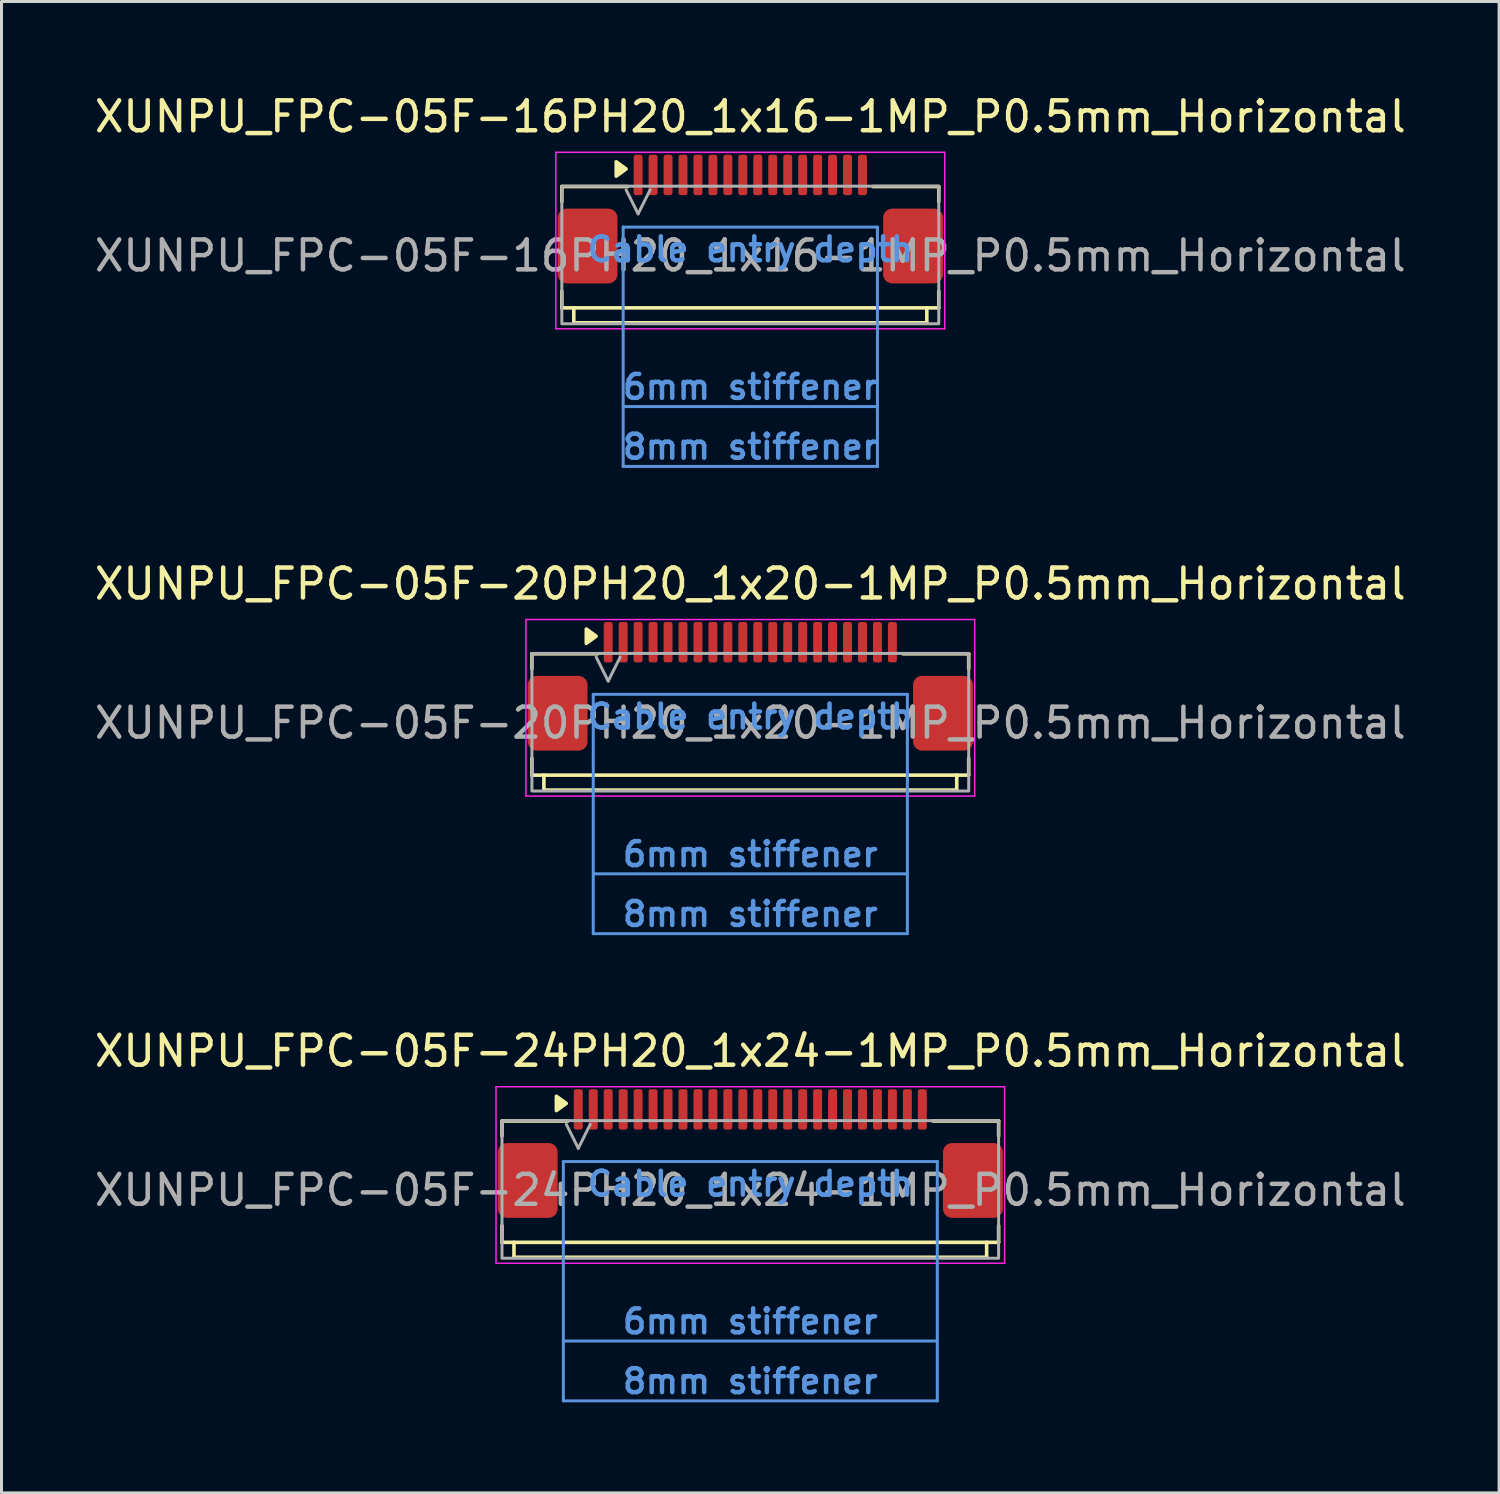
<source format=kicad_pcb>
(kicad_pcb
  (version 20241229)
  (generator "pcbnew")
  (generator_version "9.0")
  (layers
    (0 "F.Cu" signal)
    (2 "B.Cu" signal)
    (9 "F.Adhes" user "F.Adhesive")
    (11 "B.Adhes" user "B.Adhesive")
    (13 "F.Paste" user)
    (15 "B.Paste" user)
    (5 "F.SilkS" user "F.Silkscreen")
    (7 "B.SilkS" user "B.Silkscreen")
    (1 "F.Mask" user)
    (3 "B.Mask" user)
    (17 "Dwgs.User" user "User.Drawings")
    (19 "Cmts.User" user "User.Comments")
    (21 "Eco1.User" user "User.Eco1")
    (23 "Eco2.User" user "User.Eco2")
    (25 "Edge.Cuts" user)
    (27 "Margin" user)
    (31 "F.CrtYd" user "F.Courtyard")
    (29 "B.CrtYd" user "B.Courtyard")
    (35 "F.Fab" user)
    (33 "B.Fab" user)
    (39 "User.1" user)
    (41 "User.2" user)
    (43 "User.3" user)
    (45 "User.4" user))
  (footprint "XUNPU_FPC-05F-24PH20_1x24-1MP_P0.5mm_Horizontal"
    (layer "F.Cu")
    (at 22.03 35.121)
    (property "Reference" "XUNPU_FPC-05F-24PH20_1x24-1MP_P0.5mm_Horizontal" (at 0 -3.038 0) (layer "F.SilkS") (effects (font (size 1 1) (thickness 0.15))))
    (attr smd)
    (fp_line (start -8.3 -0.7) (end -8.3 -0.2) (stroke (width 0.12) (type default)) (layer "F.SilkS"))
    (fp_line (start -8.3 -0.7) (end -6.1 -0.7) (stroke (width 0.12) (type default)) (layer "F.SilkS"))
    (fp_line (start -8.3 3.355) (end -8.3 2.8) (stroke (width 0.12) (type default)) (layer "F.SilkS"))
    (fp_line (start -8.3 3.355) (end 8.3 3.355) (stroke (width 0.12) (type default)) (layer "F.SilkS"))
    (fp_line (start -7.9 3.355) (end -7.9 3.855) (stroke (width 0.12) (type default)) (layer "F.SilkS"))
    (fp_line (start 7.9 3.355) (end 7.9 3.855) (stroke (width 0.12) (type default)) (layer "F.SilkS"))
    (fp_line (start 7.9 3.855) (end -7.9 3.855) (stroke (width 0.12) (type default)) (layer "F.SilkS"))
    (fp_line (start 8.3 -0.7) (end 6.1 -0.7) (stroke (width 0.12) (type default)) (layer "F.SilkS"))
    (fp_line (start 8.3 -0.7) (end 8.3 -0.2) (stroke (width 0.12) (type default)) (layer "F.SilkS"))
    (fp_line (start 8.3 3.355) (end 8.3 2.8) (stroke (width 0.12) (type default)) (layer "F.SilkS"))
    (fp_poly (pts (xy -6.152 -1.288) (xy -6.482 -1.048) (xy -6.482 -1.528) (xy -6.152 -1.288)) (stroke (width 0.12) (type solid)) (fill yes) (layer "F.SilkS"))
    (fp_line (start -6.25 0.655) (end -6.25 8.655) (stroke (width 0.1) (type default)) (layer "Cmts.User"))
    (fp_line (start 6.25 0.655) (end -6.25 0.655) (stroke (width 0.1) (type default)) (layer "Cmts.User"))
    (fp_line (start 6.25 0.655) (end 6.25 8.655) (stroke (width 0.1) (type default)) (layer "Cmts.User"))
    (fp_line (start 6.25 6.655) (end -6.25 6.655) (stroke (width 0.1) (type default)) (layer "Cmts.User"))
    (fp_line (start 6.25 8.655) (end -6.25 8.655) (stroke (width 0.1) (type default)) (layer "Cmts.User"))
    (fp_line (start -8.5 -1.845) (end -8.5 4.055) (stroke (width 0.05) (type solid)) (layer "F.CrtYd"))
    (fp_line (start -8.5 4.055) (end 8.5 4.055) (stroke (width 0.05) (type solid)) (layer "F.CrtYd"))
    (fp_line (start 8.5 -1.845) (end -8.5 -1.845) (stroke (width 0.05) (type solid)) (layer "F.CrtYd"))
    (fp_line (start 8.5 4.055) (end 8.5 -1.845) (stroke (width 0.05) (type solid)) (layer "F.CrtYd"))
    (fp_line (start -6.15 -0.588) (end -5.75 0.212) (stroke (width 0.1) (type solid)) (layer "F.Fab"))
    (fp_line (start -5.75 0.212) (end -5.35 -0.588) (stroke (width 0.1) (type solid)) (layer "F.Fab"))
    (fp_rect (start -8.3 -0.713) (end 8.3 3.887) (stroke (width 0.1) (type default)) (fill no) (layer "F.Fab"))
    (fp_text user "8mm stiffener" (at 0 8 0) (layer "Cmts.User") (effects (font (size 0.8 0.8) (thickness 0.15) (bold yes))))
    (fp_text user "Cable entry depth" (at 0 1.4 0) (layer "Cmts.User") (effects (font (size 0.8 0.8) (thickness 0.15) (bold yes))))
    (fp_text user "6mm stiffener" (at 0 6 0) (layer "Cmts.User") (effects (font (size 0.8 0.8) (thickness 0.15) (bold yes))))
    (fp_text user "${REFERENCE}" (at 0 1.612 0) (layer "F.Fab") (effects (font (size 1 1) (thickness 0.15))))
    (pad "1" smd roundrect (at -5.75 -1.088) (size 0.3 1.35) (layers "F.Cu" "F.Mask" "F.Paste") (roundrect_rratio 0.25))
    (pad "2" smd roundrect (at -5.25 -1.088) (size 0.3 1.35) (layers "F.Cu" "F.Mask" "F.Paste") (roundrect_rratio 0.25))
    (pad "3" smd roundrect (at -4.75 -1.088) (size 0.3 1.35) (layers "F.Cu" "F.Mask" "F.Paste") (roundrect_rratio 0.25))
    (pad "4" smd roundrect (at -4.25 -1.088) (size 0.3 1.35) (layers "F.Cu" "F.Mask" "F.Paste") (roundrect_rratio 0.25))
    (pad "5" smd roundrect (at -3.75 -1.088) (size 0.3 1.35) (layers "F.Cu" "F.Mask" "F.Paste") (roundrect_rratio 0.25))
    (pad "6" smd roundrect (at -3.25 -1.088) (size 0.3 1.35) (layers "F.Cu" "F.Mask" "F.Paste") (roundrect_rratio 0.25))
    (pad "7" smd roundrect (at -2.75 -1.088) (size 0.3 1.35) (layers "F.Cu" "F.Mask" "F.Paste") (roundrect_rratio 0.25))
    (pad "8" smd roundrect (at -2.25 -1.088) (size 0.3 1.35) (layers "F.Cu" "F.Mask" "F.Paste") (roundrect_rratio 0.25))
    (pad "9" smd roundrect (at -1.75 -1.088) (size 0.3 1.35) (layers "F.Cu" "F.Mask" "F.Paste") (roundrect_rratio 0.25))
    (pad "10" smd roundrect (at -1.25 -1.088) (size 0.3 1.35) (layers "F.Cu" "F.Mask" "F.Paste") (roundrect_rratio 0.25))
    (pad "11" smd roundrect (at -0.75 -1.088) (size 0.3 1.35) (layers "F.Cu" "F.Mask" "F.Paste") (roundrect_rratio 0.25))
    (pad "12" smd roundrect (at -0.25 -1.088) (size 0.3 1.35) (layers "F.Cu" "F.Mask" "F.Paste") (roundrect_rratio 0.25))
    (pad "13" smd roundrect (at 0.25 -1.088) (size 0.3 1.35) (layers "F.Cu" "F.Mask" "F.Paste") (roundrect_rratio 0.25))
    (pad "14" smd roundrect (at 0.75 -1.088) (size 0.3 1.35) (layers "F.Cu" "F.Mask" "F.Paste") (roundrect_rratio 0.25))
    (pad "15" smd roundrect (at 1.25 -1.088) (size 0.3 1.35) (layers "F.Cu" "F.Mask" "F.Paste") (roundrect_rratio 0.25))
    (pad "16" smd roundrect (at 1.75 -1.088) (size 0.3 1.35) (layers "F.Cu" "F.Mask" "F.Paste") (roundrect_rratio 0.25))
    (pad "17" smd roundrect (at 2.25 -1.088) (size 0.3 1.35) (layers "F.Cu" "F.Mask" "F.Paste") (roundrect_rratio 0.25))
    (pad "18" smd roundrect (at 2.75 -1.088) (size 0.3 1.35) (layers "F.Cu" "F.Mask" "F.Paste") (roundrect_rratio 0.25))
    (pad "19" smd roundrect (at 3.25 -1.088) (size 0.3 1.35) (layers "F.Cu" "F.Mask" "F.Paste") (roundrect_rratio 0.25))
    (pad "20" smd roundrect (at 3.75 -1.088) (size 0.3 1.35) (layers "F.Cu" "F.Mask" "F.Paste") (roundrect_rratio 0.25))
    (pad "21" smd roundrect (at 4.25 -1.088) (size 0.3 1.35) (layers "F.Cu" "F.Mask" "F.Paste") (roundrect_rratio 0.25))
    (pad "22" smd roundrect (at 4.75 -1.088) (size 0.3 1.35) (layers "F.Cu" "F.Mask" "F.Paste") (roundrect_rratio 0.25))
    (pad "23" smd roundrect (at 5.25 -1.088) (size 0.3 1.35) (layers "F.Cu" "F.Mask" "F.Paste") (roundrect_rratio 0.25))
    (pad "24" smd roundrect (at 5.75 -1.088) (size 0.3 1.35) (layers "F.Cu" "F.Mask" "F.Paste") (roundrect_rratio 0.25))
    (pad "MP" smd roundrect (at -7.44 1.287) (size 2 2.5) (layers "F.Cu" "F.Mask" "F.Paste") (roundrect_rratio 0.15))
    (pad "MP" smd roundrect (at 7.44 1.287) (size 2 2.5) (layers "F.Cu" "F.Mask" "F.Paste") (roundrect_rratio 0.15)))
  (footprint "XUNPU_FPC-05F-20PH20_1x20-1MP_P0.5mm_Horizontal"
    (layer "F.Cu")
    (at 22.03 19.504)
    (property "Reference" "XUNPU_FPC-05F-20PH20_1x20-1MP_P0.5mm_Horizontal" (at 0 -3.038 0) (layer "F.SilkS") (effects (font (size 1 1) (thickness 0.15))))
    (attr smd)
    (fp_line (start -7.3 -0.7) (end -7.3 -0.2) (stroke (width 0.12) (type default)) (layer "F.SilkS"))
    (fp_line (start -7.3 -0.7) (end -5.1 -0.7) (stroke (width 0.12) (type default)) (layer "F.SilkS"))
    (fp_line (start -7.3 3.355) (end -7.3 2.8) (stroke (width 0.12) (type default)) (layer "F.SilkS"))
    (fp_line (start -7.3 3.355) (end 7.3 3.355) (stroke (width 0.12) (type default)) (layer "F.SilkS"))
    (fp_line (start -6.9 3.355) (end -6.9 3.855) (stroke (width 0.12) (type default)) (layer "F.SilkS"))
    (fp_line (start 6.9 3.355) (end 6.9 3.855) (stroke (width 0.12) (type default)) (layer "F.SilkS"))
    (fp_line (start 6.9 3.855) (end -6.9 3.855) (stroke (width 0.12) (type default)) (layer "F.SilkS"))
    (fp_line (start 7.3 -0.7) (end 5.1 -0.7) (stroke (width 0.12) (type default)) (layer "F.SilkS"))
    (fp_line (start 7.3 -0.7) (end 7.3 -0.2) (stroke (width 0.12) (type default)) (layer "F.SilkS"))
    (fp_line (start 7.3 3.355) (end 7.3 2.8) (stroke (width 0.12) (type default)) (layer "F.SilkS"))
    (fp_poly (pts (xy -5.152 -1.288) (xy -5.482 -1.048) (xy -5.482 -1.528) (xy -5.152 -1.288)) (stroke (width 0.12) (type solid)) (fill yes) (layer "F.SilkS"))
    (fp_line (start -5.25 0.655) (end -5.25 8.655) (stroke (width 0.1) (type default)) (layer "Cmts.User"))
    (fp_line (start 5.25 0.655) (end -5.25 0.655) (stroke (width 0.1) (type default)) (layer "Cmts.User"))
    (fp_line (start 5.25 0.655) (end 5.25 8.655) (stroke (width 0.1) (type default)) (layer "Cmts.User"))
    (fp_line (start 5.25 6.655) (end -5.25 6.655) (stroke (width 0.1) (type default)) (layer "Cmts.User"))
    (fp_line (start 5.25 8.655) (end -5.25 8.655) (stroke (width 0.1) (type default)) (layer "Cmts.User"))
    (fp_line (start -7.5 -1.845) (end -7.5 4.055) (stroke (width 0.05) (type solid)) (layer "F.CrtYd"))
    (fp_line (start -7.5 4.055) (end 7.5 4.055) (stroke (width 0.05) (type solid)) (layer "F.CrtYd"))
    (fp_line (start 7.5 -1.845) (end -7.5 -1.845) (stroke (width 0.05) (type solid)) (layer "F.CrtYd"))
    (fp_line (start 7.5 4.055) (end 7.5 -1.845) (stroke (width 0.05) (type solid)) (layer "F.CrtYd"))
    (fp_line (start -5.15 -0.588) (end -4.75 0.212) (stroke (width 0.1) (type solid)) (layer "F.Fab"))
    (fp_line (start -4.75 0.212) (end -4.35 -0.588) (stroke (width 0.1) (type solid)) (layer "F.Fab"))
    (fp_rect (start -7.3 -0.713) (end 7.3 3.887) (stroke (width 0.1) (type default)) (fill no) (layer "F.Fab"))
    (fp_text user "8mm stiffener" (at 0 8 0) (layer "Cmts.User") (effects (font (size 0.8 0.8) (thickness 0.15) (bold yes))))
    (fp_text user "Cable entry depth" (at 0 1.4 0) (layer "Cmts.User") (effects (font (size 0.8 0.8) (thickness 0.15) (bold yes))))
    (fp_text user "6mm stiffener" (at 0 6 0) (layer "Cmts.User") (effects (font (size 0.8 0.8) (thickness 0.15) (bold yes))))
    (fp_text user "${REFERENCE}" (at 0 1.612 0) (layer "F.Fab") (effects (font (size 1 1) (thickness 0.15))))
    (pad "1" smd roundrect (at -4.75 -1.088) (size 0.3 1.35) (layers "F.Cu" "F.Mask" "F.Paste") (roundrect_rratio 0.25))
    (pad "2" smd roundrect (at -4.25 -1.088) (size 0.3 1.35) (layers "F.Cu" "F.Mask" "F.Paste") (roundrect_rratio 0.25))
    (pad "3" smd roundrect (at -3.75 -1.088) (size 0.3 1.35) (layers "F.Cu" "F.Mask" "F.Paste") (roundrect_rratio 0.25))
    (pad "4" smd roundrect (at -3.25 -1.088) (size 0.3 1.35) (layers "F.Cu" "F.Mask" "F.Paste") (roundrect_rratio 0.25))
    (pad "5" smd roundrect (at -2.75 -1.088) (size 0.3 1.35) (layers "F.Cu" "F.Mask" "F.Paste") (roundrect_rratio 0.25))
    (pad "6" smd roundrect (at -2.25 -1.088) (size 0.3 1.35) (layers "F.Cu" "F.Mask" "F.Paste") (roundrect_rratio 0.25))
    (pad "7" smd roundrect (at -1.75 -1.088) (size 0.3 1.35) (layers "F.Cu" "F.Mask" "F.Paste") (roundrect_rratio 0.25))
    (pad "8" smd roundrect (at -1.25 -1.088) (size 0.3 1.35) (layers "F.Cu" "F.Mask" "F.Paste") (roundrect_rratio 0.25))
    (pad "9" smd roundrect (at -0.75 -1.088) (size 0.3 1.35) (layers "F.Cu" "F.Mask" "F.Paste") (roundrect_rratio 0.25))
    (pad "10" smd roundrect (at -0.25 -1.088) (size 0.3 1.35) (layers "F.Cu" "F.Mask" "F.Paste") (roundrect_rratio 0.25))
    (pad "11" smd roundrect (at 0.25 -1.088) (size 0.3 1.35) (layers "F.Cu" "F.Mask" "F.Paste") (roundrect_rratio 0.25))
    (pad "12" smd roundrect (at 0.75 -1.088) (size 0.3 1.35) (layers "F.Cu" "F.Mask" "F.Paste") (roundrect_rratio 0.25))
    (pad "13" smd roundrect (at 1.25 -1.088) (size 0.3 1.35) (layers "F.Cu" "F.Mask" "F.Paste") (roundrect_rratio 0.25))
    (pad "14" smd roundrect (at 1.75 -1.088) (size 0.3 1.35) (layers "F.Cu" "F.Mask" "F.Paste") (roundrect_rratio 0.25))
    (pad "15" smd roundrect (at 2.25 -1.088) (size 0.3 1.35) (layers "F.Cu" "F.Mask" "F.Paste") (roundrect_rratio 0.25))
    (pad "16" smd roundrect (at 2.75 -1.088) (size 0.3 1.35) (layers "F.Cu" "F.Mask" "F.Paste") (roundrect_rratio 0.25))
    (pad "17" smd roundrect (at 3.25 -1.088) (size 0.3 1.35) (layers "F.Cu" "F.Mask" "F.Paste") (roundrect_rratio 0.25))
    (pad "18" smd roundrect (at 3.75 -1.088) (size 0.3 1.35) (layers "F.Cu" "F.Mask" "F.Paste") (roundrect_rratio 0.25))
    (pad "19" smd roundrect (at 4.25 -1.088) (size 0.3 1.35) (layers "F.Cu" "F.Mask" "F.Paste") (roundrect_rratio 0.25))
    (pad "20" smd roundrect (at 4.75 -1.088) (size 0.3 1.35) (layers "F.Cu" "F.Mask" "F.Paste") (roundrect_rratio 0.25))
    (pad "MP" smd roundrect (at -6.44 1.287) (size 2 2.5) (layers "F.Cu" "F.Mask" "F.Paste") (roundrect_rratio 0.15))
    (pad "MP" smd roundrect (at 6.44 1.287) (size 2 2.5) (layers "F.Cu" "F.Mask" "F.Paste") (roundrect_rratio 0.15)))
  (footprint "XUNPU_FPC-05F-16PH20_1x16-1MP_P0.5mm_Horizontal"
    (layer "F.Cu")
    (at 22.03 3.886)
    (property "Reference" "XUNPU_FPC-05F-16PH20_1x16-1MP_P0.5mm_Horizontal" (at 0 -3.038 0) (layer "F.SilkS") (effects (font (size 1 1) (thickness 0.15))))
    (attr smd)
    (fp_line (start -6.3 -0.7) (end -6.3 -0.2) (stroke (width 0.12) (type default)) (layer "F.SilkS"))
    (fp_line (start -6.3 -0.7) (end -4.1 -0.7) (stroke (width 0.12) (type default)) (layer "F.SilkS"))
    (fp_line (start -6.3 3.355) (end -6.3 2.8) (stroke (width 0.12) (type default)) (layer "F.SilkS"))
    (fp_line (start -6.3 3.355) (end 6.3 3.355) (stroke (width 0.12) (type default)) (layer "F.SilkS"))
    (fp_line (start -5.9 3.355) (end -5.9 3.855) (stroke (width 0.12) (type default)) (layer "F.SilkS"))
    (fp_line (start 5.9 3.355) (end 5.9 3.855) (stroke (width 0.12) (type default)) (layer "F.SilkS"))
    (fp_line (start 5.9 3.855) (end -5.9 3.855) (stroke (width 0.12) (type default)) (layer "F.SilkS"))
    (fp_line (start 6.3 -0.7) (end 4.1 -0.7) (stroke (width 0.12) (type default)) (layer "F.SilkS"))
    (fp_line (start 6.3 -0.7) (end 6.3 -0.2) (stroke (width 0.12) (type default)) (layer "F.SilkS"))
    (fp_line (start 6.3 3.355) (end 6.3 2.8) (stroke (width 0.12) (type default)) (layer "F.SilkS"))
    (fp_poly (pts (xy -4.152 -1.288) (xy -4.482 -1.048) (xy -4.482 -1.528) (xy -4.152 -1.288)) (stroke (width 0.12) (type solid)) (fill yes) (layer "F.SilkS"))
    (fp_line (start -4.25 0.655) (end -4.25 8.655) (stroke (width 0.1) (type default)) (layer "Cmts.User"))
    (fp_line (start 4.25 0.655) (end -4.25 0.655) (stroke (width 0.1) (type default)) (layer "Cmts.User"))
    (fp_line (start 4.25 0.655) (end 4.25 8.655) (stroke (width 0.1) (type default)) (layer "Cmts.User"))
    (fp_line (start 4.25 6.655) (end -4.25 6.655) (stroke (width 0.1) (type default)) (layer "Cmts.User"))
    (fp_line (start 4.25 8.655) (end -4.25 8.655) (stroke (width 0.1) (type default)) (layer "Cmts.User"))
    (fp_line (start -6.5 -1.845) (end -6.5 4.055) (stroke (width 0.05) (type solid)) (layer "F.CrtYd"))
    (fp_line (start -6.5 4.055) (end 6.5 4.055) (stroke (width 0.05) (type solid)) (layer "F.CrtYd"))
    (fp_line (start 6.5 -1.845) (end -6.5 -1.845) (stroke (width 0.05) (type solid)) (layer "F.CrtYd"))
    (fp_line (start 6.5 4.055) (end 6.5 -1.845) (stroke (width 0.05) (type solid)) (layer "F.CrtYd"))
    (fp_line (start -4.15 -0.588) (end -3.75 0.212) (stroke (width 0.1) (type solid)) (layer "F.Fab"))
    (fp_line (start -3.75 0.212) (end -3.35 -0.588) (stroke (width 0.1) (type solid)) (layer "F.Fab"))
    (fp_rect (start -6.3 -0.713) (end 6.3 3.887) (stroke (width 0.1) (type default)) (fill no) (layer "F.Fab"))
    (fp_text user "Cable entry depth" (at 0 1.4 0) (layer "Cmts.User") (effects (font (size 0.8 0.8) (thickness 0.15) (bold yes))))
    (fp_text user "6mm stiffener" (at 0 6 0) (layer "Cmts.User") (effects (font (size 0.8 0.8) (thickness 0.15) (bold yes))))
    (fp_text user "8mm stiffener" (at 0 8 0) (layer "Cmts.User") (effects (font (size 0.8 0.8) (thickness 0.15) (bold yes))))
    (fp_text user "${REFERENCE}" (at 0 1.612 0) (layer "F.Fab") (effects (font (size 1 1) (thickness 0.15))))
    (pad "1" smd roundrect (at -3.75 -1.088) (size 0.3 1.35) (layers "F.Cu" "F.Mask" "F.Paste") (roundrect_rratio 0.25))
    (pad "2" smd roundrect (at -3.25 -1.088) (size 0.3 1.35) (layers "F.Cu" "F.Mask" "F.Paste") (roundrect_rratio 0.25))
    (pad "3" smd roundrect (at -2.75 -1.088) (size 0.3 1.35) (layers "F.Cu" "F.Mask" "F.Paste") (roundrect_rratio 0.25))
    (pad "4" smd roundrect (at -2.25 -1.088) (size 0.3 1.35) (layers "F.Cu" "F.Mask" "F.Paste") (roundrect_rratio 0.25))
    (pad "5" smd roundrect (at -1.75 -1.088) (size 0.3 1.35) (layers "F.Cu" "F.Mask" "F.Paste") (roundrect_rratio 0.25))
    (pad "6" smd roundrect (at -1.25 -1.088) (size 0.3 1.35) (layers "F.Cu" "F.Mask" "F.Paste") (roundrect_rratio 0.25))
    (pad "7" smd roundrect (at -0.75 -1.088) (size 0.3 1.35) (layers "F.Cu" "F.Mask" "F.Paste") (roundrect_rratio 0.25))
    (pad "8" smd roundrect (at -0.25 -1.088) (size 0.3 1.35) (layers "F.Cu" "F.Mask" "F.Paste") (roundrect_rratio 0.25))
    (pad "9" smd roundrect (at 0.25 -1.088) (size 0.3 1.35) (layers "F.Cu" "F.Mask" "F.Paste") (roundrect_rratio 0.25))
    (pad "10" smd roundrect (at 0.75 -1.088) (size 0.3 1.35) (layers "F.Cu" "F.Mask" "F.Paste") (roundrect_rratio 0.25))
    (pad "11" smd roundrect (at 1.25 -1.088) (size 0.3 1.35) (layers "F.Cu" "F.Mask" "F.Paste") (roundrect_rratio 0.25))
    (pad "12" smd roundrect (at 1.75 -1.088) (size 0.3 1.35) (layers "F.Cu" "F.Mask" "F.Paste") (roundrect_rratio 0.25))
    (pad "13" smd roundrect (at 2.25 -1.088) (size 0.3 1.35) (layers "F.Cu" "F.Mask" "F.Paste") (roundrect_rratio 0.25))
    (pad "14" smd roundrect (at 2.75 -1.088) (size 0.3 1.35) (layers "F.Cu" "F.Mask" "F.Paste") (roundrect_rratio 0.25))
    (pad "15" smd roundrect (at 3.25 -1.088) (size 0.3 1.35) (layers "F.Cu" "F.Mask" "F.Paste") (roundrect_rratio 0.25))
    (pad "16" smd roundrect (at 3.75 -1.088) (size 0.3 1.35) (layers "F.Cu" "F.Mask" "F.Paste") (roundrect_rratio 0.25))
    (pad "MP" smd roundrect (at -5.44 1.287) (size 2 2.5) (layers "F.Cu" "F.Mask" "F.Paste") (roundrect_rratio 0.15))
    (pad "MP" smd roundrect (at 5.44 1.287) (size 2 2.5) (layers "F.Cu" "F.Mask" "F.Paste") (roundrect_rratio 0.15)))
  (gr_rect
    (start -3 -3)
    (end 47.06 46.852)
    (stroke (width 0.1) (type default))
    (fill no)
    (layer "Edge.Cuts")))
</source>
